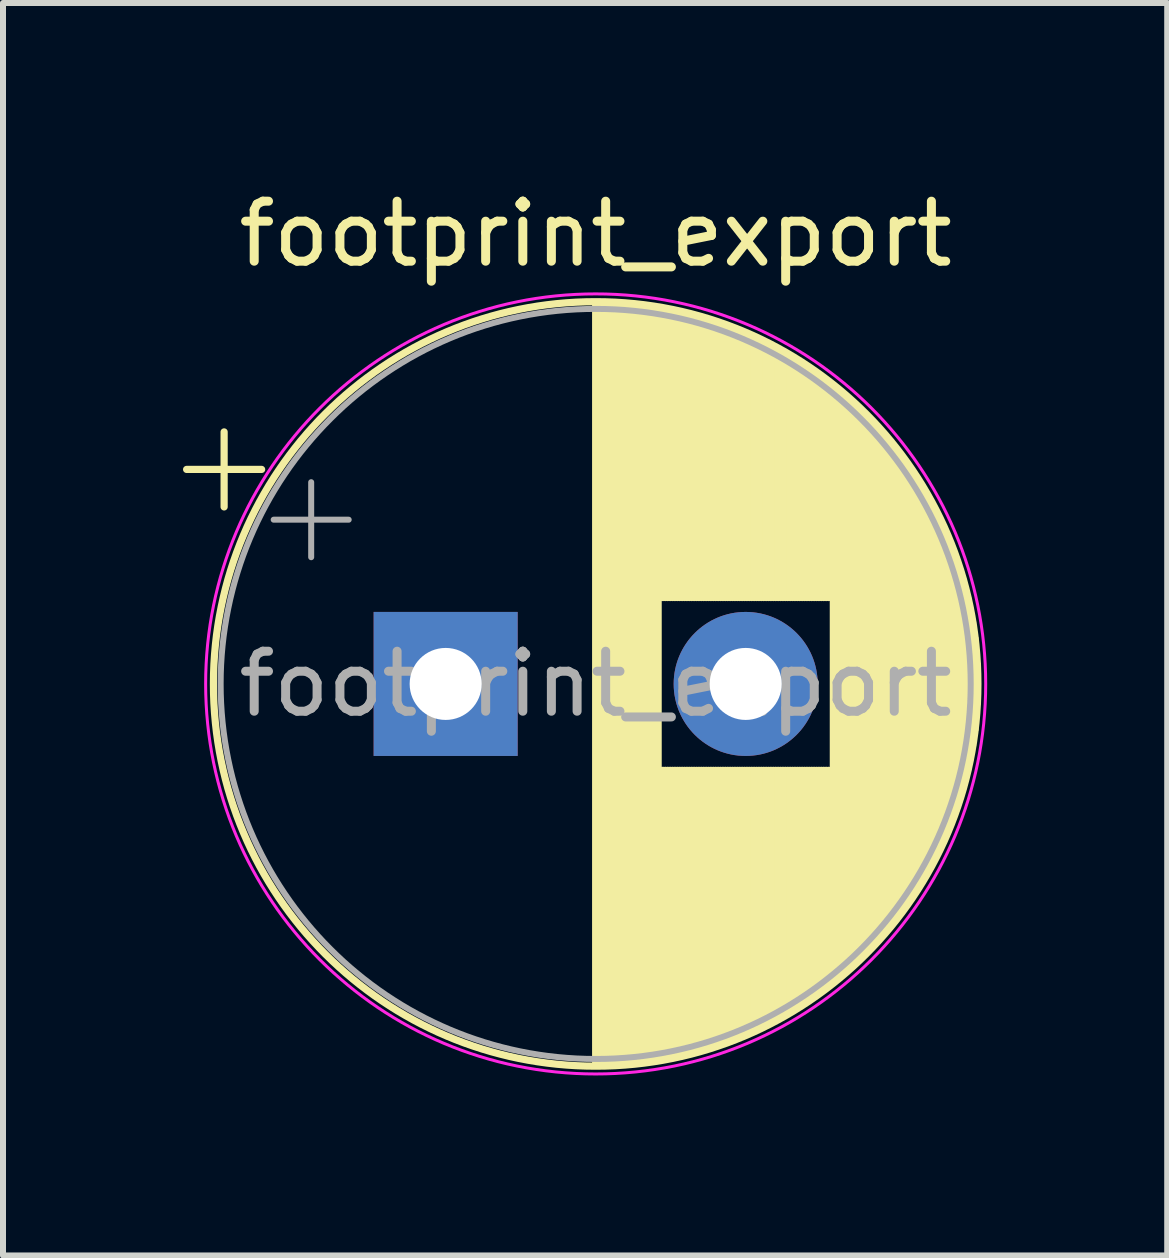
<source format=kicad_pcb>
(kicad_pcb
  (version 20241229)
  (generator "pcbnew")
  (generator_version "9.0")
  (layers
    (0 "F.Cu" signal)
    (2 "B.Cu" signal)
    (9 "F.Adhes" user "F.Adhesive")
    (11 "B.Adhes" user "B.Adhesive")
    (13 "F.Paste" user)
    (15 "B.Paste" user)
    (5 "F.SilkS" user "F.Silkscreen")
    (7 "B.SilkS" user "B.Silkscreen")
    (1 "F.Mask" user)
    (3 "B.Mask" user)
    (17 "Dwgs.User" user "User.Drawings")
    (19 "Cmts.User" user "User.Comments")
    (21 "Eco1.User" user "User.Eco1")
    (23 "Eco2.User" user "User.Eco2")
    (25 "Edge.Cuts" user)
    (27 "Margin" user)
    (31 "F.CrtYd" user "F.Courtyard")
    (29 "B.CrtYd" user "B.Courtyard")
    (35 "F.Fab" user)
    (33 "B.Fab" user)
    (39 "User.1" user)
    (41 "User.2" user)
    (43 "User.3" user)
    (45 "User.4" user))
  (footprint "footprint_export"
    (layer "F.Cu")
    (at 4.377 8.348)
    (property "Reference" "footprint_export" (at 2.5 -7.5 0) (layer "F.SilkS") (effects (font (size 1 1) (thickness 0.15))))
    (attr through_hole)
    (fp_line (start -4.317 -3.575) (end -3.067 -3.575) (stroke (width 0.12) (type solid)) (layer "F.SilkS"))
    (fp_line (start -3.692 -4.2) (end -3.692 -2.95) (stroke (width 0.12) (type solid)) (layer "F.SilkS"))
    (fp_line (start 2.5 -6.33) (end 2.5 6.33) (stroke (width 0.12) (type solid)) (layer "F.SilkS"))
    (fp_line (start 2.54 -6.33) (end 2.54 6.33) (stroke (width 0.12) (type solid)) (layer "F.SilkS"))
    (fp_line (start 2.58 -6.33) (end 2.58 6.33) (stroke (width 0.12) (type solid)) (layer "F.SilkS"))
    (fp_line (start 2.62 -6.329) (end 2.62 6.329) (stroke (width 0.12) (type solid)) (layer "F.SilkS"))
    (fp_line (start 2.66 -6.328) (end 2.66 6.328) (stroke (width 0.12) (type solid)) (layer "F.SilkS"))
    (fp_line (start 2.7 -6.327) (end 2.7 6.327) (stroke (width 0.12) (type solid)) (layer "F.SilkS"))
    (fp_line (start 2.74 -6.326) (end 2.74 6.326) (stroke (width 0.12) (type solid)) (layer "F.SilkS"))
    (fp_line (start 2.78 -6.324) (end 2.78 6.324) (stroke (width 0.12) (type solid)) (layer "F.SilkS"))
    (fp_line (start 2.82 -6.322) (end 2.82 6.322) (stroke (width 0.12) (type solid)) (layer "F.SilkS"))
    (fp_line (start 2.86 -6.32) (end 2.86 6.32) (stroke (width 0.12) (type solid)) (layer "F.SilkS"))
    (fp_line (start 2.9 -6.318) (end 2.9 6.318) (stroke (width 0.12) (type solid)) (layer "F.SilkS"))
    (fp_line (start 2.94 -6.315) (end 2.94 6.315) (stroke (width 0.12) (type solid)) (layer "F.SilkS"))
    (fp_line (start 2.98 -6.312) (end 2.98 6.312) (stroke (width 0.12) (type solid)) (layer "F.SilkS"))
    (fp_line (start 3.02 -6.309) (end 3.02 6.309) (stroke (width 0.12) (type solid)) (layer "F.SilkS"))
    (fp_line (start 3.06 -6.306) (end 3.06 6.306) (stroke (width 0.12) (type solid)) (layer "F.SilkS"))
    (fp_line (start 3.1 -6.302) (end 3.1 6.302) (stroke (width 0.12) (type solid)) (layer "F.SilkS"))
    (fp_line (start 3.14 -6.298) (end 3.14 6.298) (stroke (width 0.12) (type solid)) (layer "F.SilkS"))
    (fp_line (start 3.18 -6.294) (end 3.18 6.294) (stroke (width 0.12) (type solid)) (layer "F.SilkS"))
    (fp_line (start 3.221 -6.29) (end 3.221 6.29) (stroke (width 0.12) (type solid)) (layer "F.SilkS"))
    (fp_line (start 3.261 -6.285) (end 3.261 6.285) (stroke (width 0.12) (type solid)) (layer "F.SilkS"))
    (fp_line (start 3.301 -6.28) (end 3.301 6.28) (stroke (width 0.12) (type solid)) (layer "F.SilkS"))
    (fp_line (start 3.341 -6.275) (end 3.341 6.275) (stroke (width 0.12) (type solid)) (layer "F.SilkS"))
    (fp_line (start 3.381 -6.269) (end 3.381 6.269) (stroke (width 0.12) (type solid)) (layer "F.SilkS"))
    (fp_line (start 3.421 -6.264) (end 3.421 6.264) (stroke (width 0.12) (type solid)) (layer "F.SilkS"))
    (fp_line (start 3.461 -6.258) (end 3.461 6.258) (stroke (width 0.12) (type solid)) (layer "F.SilkS"))
    (fp_line (start 3.501 -6.252) (end 3.501 6.252) (stroke (width 0.12) (type solid)) (layer "F.SilkS"))
    (fp_line (start 3.541 -6.245) (end 3.541 6.245) (stroke (width 0.12) (type solid)) (layer "F.SilkS"))
    (fp_line (start 3.581 -6.238) (end 3.581 -1.44) (stroke (width 0.12) (type solid)) (layer "F.SilkS"))
    (fp_line (start 3.581 1.44) (end 3.581 6.238) (stroke (width 0.12) (type solid)) (layer "F.SilkS"))
    (fp_line (start 3.621 -6.231) (end 3.621 -1.44) (stroke (width 0.12) (type solid)) (layer "F.SilkS"))
    (fp_line (start 3.621 1.44) (end 3.621 6.231) (stroke (width 0.12) (type solid)) (layer "F.SilkS"))
    (fp_line (start 3.661 -6.224) (end 3.661 -1.44) (stroke (width 0.12) (type solid)) (layer "F.SilkS"))
    (fp_line (start 3.661 1.44) (end 3.661 6.224) (stroke (width 0.12) (type solid)) (layer "F.SilkS"))
    (fp_line (start 3.701 -6.216) (end 3.701 -1.44) (stroke (width 0.12) (type solid)) (layer "F.SilkS"))
    (fp_line (start 3.701 1.44) (end 3.701 6.216) (stroke (width 0.12) (type solid)) (layer "F.SilkS"))
    (fp_line (start 3.741 -6.209) (end 3.741 -1.44) (stroke (width 0.12) (type solid)) (layer "F.SilkS"))
    (fp_line (start 3.741 1.44) (end 3.741 6.209) (stroke (width 0.12) (type solid)) (layer "F.SilkS"))
    (fp_line (start 3.781 -6.201) (end 3.781 -1.44) (stroke (width 0.12) (type solid)) (layer "F.SilkS"))
    (fp_line (start 3.781 1.44) (end 3.781 6.201) (stroke (width 0.12) (type solid)) (layer "F.SilkS"))
    (fp_line (start 3.821 -6.192) (end 3.821 -1.44) (stroke (width 0.12) (type solid)) (layer "F.SilkS"))
    (fp_line (start 3.821 1.44) (end 3.821 6.192) (stroke (width 0.12) (type solid)) (layer "F.SilkS"))
    (fp_line (start 3.861 -6.184) (end 3.861 -1.44) (stroke (width 0.12) (type solid)) (layer "F.SilkS"))
    (fp_line (start 3.861 1.44) (end 3.861 6.184) (stroke (width 0.12) (type solid)) (layer "F.SilkS"))
    (fp_line (start 3.901 -6.175) (end 3.901 -1.44) (stroke (width 0.12) (type solid)) (layer "F.SilkS"))
    (fp_line (start 3.901 1.44) (end 3.901 6.175) (stroke (width 0.12) (type solid)) (layer "F.SilkS"))
    (fp_line (start 3.941 -6.166) (end 3.941 -1.44) (stroke (width 0.12) (type solid)) (layer "F.SilkS"))
    (fp_line (start 3.941 1.44) (end 3.941 6.166) (stroke (width 0.12) (type solid)) (layer "F.SilkS"))
    (fp_line (start 3.981 -6.156) (end 3.981 -1.44) (stroke (width 0.12) (type solid)) (layer "F.SilkS"))
    (fp_line (start 3.981 1.44) (end 3.981 6.156) (stroke (width 0.12) (type solid)) (layer "F.SilkS"))
    (fp_line (start 4.021 -6.146) (end 4.021 -1.44) (stroke (width 0.12) (type solid)) (layer "F.SilkS"))
    (fp_line (start 4.021 1.44) (end 4.021 6.146) (stroke (width 0.12) (type solid)) (layer "F.SilkS"))
    (fp_line (start 4.061 -6.137) (end 4.061 -1.44) (stroke (width 0.12) (type solid)) (layer "F.SilkS"))
    (fp_line (start 4.061 1.44) (end 4.061 6.137) (stroke (width 0.12) (type solid)) (layer "F.SilkS"))
    (fp_line (start 4.101 -6.126) (end 4.101 -1.44) (stroke (width 0.12) (type solid)) (layer "F.SilkS"))
    (fp_line (start 4.101 1.44) (end 4.101 6.126) (stroke (width 0.12) (type solid)) (layer "F.SilkS"))
    (fp_line (start 4.141 -6.116) (end 4.141 -1.44) (stroke (width 0.12) (type solid)) (layer "F.SilkS"))
    (fp_line (start 4.141 1.44) (end 4.141 6.116) (stroke (width 0.12) (type solid)) (layer "F.SilkS"))
    (fp_line (start 4.181 -6.105) (end 4.181 -1.44) (stroke (width 0.12) (type solid)) (layer "F.SilkS"))
    (fp_line (start 4.181 1.44) (end 4.181 6.105) (stroke (width 0.12) (type solid)) (layer "F.SilkS"))
    (fp_line (start 4.221 -6.094) (end 4.221 -1.44) (stroke (width 0.12) (type solid)) (layer "F.SilkS"))
    (fp_line (start 4.221 1.44) (end 4.221 6.094) (stroke (width 0.12) (type solid)) (layer "F.SilkS"))
    (fp_line (start 4.261 -6.083) (end 4.261 -1.44) (stroke (width 0.12) (type solid)) (layer "F.SilkS"))
    (fp_line (start 4.261 1.44) (end 4.261 6.083) (stroke (width 0.12) (type solid)) (layer "F.SilkS"))
    (fp_line (start 4.301 -6.071) (end 4.301 -1.44) (stroke (width 0.12) (type solid)) (layer "F.SilkS"))
    (fp_line (start 4.301 1.44) (end 4.301 6.071) (stroke (width 0.12) (type solid)) (layer "F.SilkS"))
    (fp_line (start 4.341 -6.059) (end 4.341 -1.44) (stroke (width 0.12) (type solid)) (layer "F.SilkS"))
    (fp_line (start 4.341 1.44) (end 4.341 6.059) (stroke (width 0.12) (type solid)) (layer "F.SilkS"))
    (fp_line (start 4.381 -6.047) (end 4.381 -1.44) (stroke (width 0.12) (type solid)) (layer "F.SilkS"))
    (fp_line (start 4.381 1.44) (end 4.381 6.047) (stroke (width 0.12) (type solid)) (layer "F.SilkS"))
    (fp_line (start 4.421 -6.034) (end 4.421 -1.44) (stroke (width 0.12) (type solid)) (layer "F.SilkS"))
    (fp_line (start 4.421 1.44) (end 4.421 6.034) (stroke (width 0.12) (type solid)) (layer "F.SilkS"))
    (fp_line (start 4.461 -6.021) (end 4.461 -1.44) (stroke (width 0.12) (type solid)) (layer "F.SilkS"))
    (fp_line (start 4.461 1.44) (end 4.461 6.021) (stroke (width 0.12) (type solid)) (layer "F.SilkS"))
    (fp_line (start 4.501 -6.008) (end 4.501 -1.44) (stroke (width 0.12) (type solid)) (layer "F.SilkS"))
    (fp_line (start 4.501 1.44) (end 4.501 6.008) (stroke (width 0.12) (type solid)) (layer "F.SilkS"))
    (fp_line (start 4.541 -5.995) (end 4.541 -1.44) (stroke (width 0.12) (type solid)) (layer "F.SilkS"))
    (fp_line (start 4.541 1.44) (end 4.541 5.995) (stroke (width 0.12) (type solid)) (layer "F.SilkS"))
    (fp_line (start 4.581 -5.981) (end 4.581 -1.44) (stroke (width 0.12) (type solid)) (layer "F.SilkS"))
    (fp_line (start 4.581 1.44) (end 4.581 5.981) (stroke (width 0.12) (type solid)) (layer "F.SilkS"))
    (fp_line (start 4.621 -5.967) (end 4.621 -1.44) (stroke (width 0.12) (type solid)) (layer "F.SilkS"))
    (fp_line (start 4.621 1.44) (end 4.621 5.967) (stroke (width 0.12) (type solid)) (layer "F.SilkS"))
    (fp_line (start 4.661 -5.953) (end 4.661 -1.44) (stroke (width 0.12) (type solid)) (layer "F.SilkS"))
    (fp_line (start 4.661 1.44) (end 4.661 5.953) (stroke (width 0.12) (type solid)) (layer "F.SilkS"))
    (fp_line (start 4.701 -5.939) (end 4.701 -1.44) (stroke (width 0.12) (type solid)) (layer "F.SilkS"))
    (fp_line (start 4.701 1.44) (end 4.701 5.939) (stroke (width 0.12) (type solid)) (layer "F.SilkS"))
    (fp_line (start 4.741 -5.924) (end 4.741 -1.44) (stroke (width 0.12) (type solid)) (layer "F.SilkS"))
    (fp_line (start 4.741 1.44) (end 4.741 5.924) (stroke (width 0.12) (type solid)) (layer "F.SilkS"))
    (fp_line (start 4.781 -5.908) (end 4.781 -1.44) (stroke (width 0.12) (type solid)) (layer "F.SilkS"))
    (fp_line (start 4.781 1.44) (end 4.781 5.908) (stroke (width 0.12) (type solid)) (layer "F.SilkS"))
    (fp_line (start 4.821 -5.893) (end 4.821 -1.44) (stroke (width 0.12) (type solid)) (layer "F.SilkS"))
    (fp_line (start 4.821 1.44) (end 4.821 5.893) (stroke (width 0.12) (type solid)) (layer "F.SilkS"))
    (fp_line (start 4.861 -5.877) (end 4.861 -1.44) (stroke (width 0.12) (type solid)) (layer "F.SilkS"))
    (fp_line (start 4.861 1.44) (end 4.861 5.877) (stroke (width 0.12) (type solid)) (layer "F.SilkS"))
    (fp_line (start 4.901 -5.861) (end 4.901 -1.44) (stroke (width 0.12) (type solid)) (layer "F.SilkS"))
    (fp_line (start 4.901 1.44) (end 4.901 5.861) (stroke (width 0.12) (type solid)) (layer "F.SilkS"))
    (fp_line (start 4.941 -5.845) (end 4.941 -1.44) (stroke (width 0.12) (type solid)) (layer "F.SilkS"))
    (fp_line (start 4.941 1.44) (end 4.941 5.845) (stroke (width 0.12) (type solid)) (layer "F.SilkS"))
    (fp_line (start 4.981 -5.828) (end 4.981 -1.44) (stroke (width 0.12) (type solid)) (layer "F.SilkS"))
    (fp_line (start 4.981 1.44) (end 4.981 5.828) (stroke (width 0.12) (type solid)) (layer "F.SilkS"))
    (fp_line (start 5.021 -5.811) (end 5.021 -1.44) (stroke (width 0.12) (type solid)) (layer "F.SilkS"))
    (fp_line (start 5.021 1.44) (end 5.021 5.811) (stroke (width 0.12) (type solid)) (layer "F.SilkS"))
    (fp_line (start 5.061 -5.793) (end 5.061 -1.44) (stroke (width 0.12) (type solid)) (layer "F.SilkS"))
    (fp_line (start 5.061 1.44) (end 5.061 5.793) (stroke (width 0.12) (type solid)) (layer "F.SilkS"))
    (fp_line (start 5.101 -5.776) (end 5.101 -1.44) (stroke (width 0.12) (type solid)) (layer "F.SilkS"))
    (fp_line (start 5.101 1.44) (end 5.101 5.776) (stroke (width 0.12) (type solid)) (layer "F.SilkS"))
    (fp_line (start 5.141 -5.758) (end 5.141 -1.44) (stroke (width 0.12) (type solid)) (layer "F.SilkS"))
    (fp_line (start 5.141 1.44) (end 5.141 5.758) (stroke (width 0.12) (type solid)) (layer "F.SilkS"))
    (fp_line (start 5.181 -5.739) (end 5.181 -1.44) (stroke (width 0.12) (type solid)) (layer "F.SilkS"))
    (fp_line (start 5.181 1.44) (end 5.181 5.739) (stroke (width 0.12) (type solid)) (layer "F.SilkS"))
    (fp_line (start 5.221 -5.721) (end 5.221 -1.44) (stroke (width 0.12) (type solid)) (layer "F.SilkS"))
    (fp_line (start 5.221 1.44) (end 5.221 5.721) (stroke (width 0.12) (type solid)) (layer "F.SilkS"))
    (fp_line (start 5.261 -5.702) (end 5.261 -1.44) (stroke (width 0.12) (type solid)) (layer "F.SilkS"))
    (fp_line (start 5.261 1.44) (end 5.261 5.702) (stroke (width 0.12) (type solid)) (layer "F.SilkS"))
    (fp_line (start 5.301 -5.682) (end 5.301 -1.44) (stroke (width 0.12) (type solid)) (layer "F.SilkS"))
    (fp_line (start 5.301 1.44) (end 5.301 5.682) (stroke (width 0.12) (type solid)) (layer "F.SilkS"))
    (fp_line (start 5.341 -5.662) (end 5.341 -1.44) (stroke (width 0.12) (type solid)) (layer "F.SilkS"))
    (fp_line (start 5.341 1.44) (end 5.341 5.662) (stroke (width 0.12) (type solid)) (layer "F.SilkS"))
    (fp_line (start 5.381 -5.642) (end 5.381 -1.44) (stroke (width 0.12) (type solid)) (layer "F.SilkS"))
    (fp_line (start 5.381 1.44) (end 5.381 5.642) (stroke (width 0.12) (type solid)) (layer "F.SilkS"))
    (fp_line (start 5.421 -5.622) (end 5.421 -1.44) (stroke (width 0.12) (type solid)) (layer "F.SilkS"))
    (fp_line (start 5.421 1.44) (end 5.421 5.622) (stroke (width 0.12) (type solid)) (layer "F.SilkS"))
    (fp_line (start 5.461 -5.601) (end 5.461 -1.44) (stroke (width 0.12) (type solid)) (layer "F.SilkS"))
    (fp_line (start 5.461 1.44) (end 5.461 5.601) (stroke (width 0.12) (type solid)) (layer "F.SilkS"))
    (fp_line (start 5.501 -5.58) (end 5.501 -1.44) (stroke (width 0.12) (type solid)) (layer "F.SilkS"))
    (fp_line (start 5.501 1.44) (end 5.501 5.58) (stroke (width 0.12) (type solid)) (layer "F.SilkS"))
    (fp_line (start 5.541 -5.558) (end 5.541 -1.44) (stroke (width 0.12) (type solid)) (layer "F.SilkS"))
    (fp_line (start 5.541 1.44) (end 5.541 5.558) (stroke (width 0.12) (type solid)) (layer "F.SilkS"))
    (fp_line (start 5.581 -5.536) (end 5.581 -1.44) (stroke (width 0.12) (type solid)) (layer "F.SilkS"))
    (fp_line (start 5.581 1.44) (end 5.581 5.536) (stroke (width 0.12) (type solid)) (layer "F.SilkS"))
    (fp_line (start 5.621 -5.514) (end 5.621 -1.44) (stroke (width 0.12) (type solid)) (layer "F.SilkS"))
    (fp_line (start 5.621 1.44) (end 5.621 5.514) (stroke (width 0.12) (type solid)) (layer "F.SilkS"))
    (fp_line (start 5.661 -5.491) (end 5.661 -1.44) (stroke (width 0.12) (type solid)) (layer "F.SilkS"))
    (fp_line (start 5.661 1.44) (end 5.661 5.491) (stroke (width 0.12) (type solid)) (layer "F.SilkS"))
    (fp_line (start 5.701 -5.468) (end 5.701 -1.44) (stroke (width 0.12) (type solid)) (layer "F.SilkS"))
    (fp_line (start 5.701 1.44) (end 5.701 5.468) (stroke (width 0.12) (type solid)) (layer "F.SilkS"))
    (fp_line (start 5.741 -5.445) (end 5.741 -1.44) (stroke (width 0.12) (type solid)) (layer "F.SilkS"))
    (fp_line (start 5.741 1.44) (end 5.741 5.445) (stroke (width 0.12) (type solid)) (layer "F.SilkS"))
    (fp_line (start 5.781 -5.421) (end 5.781 -1.44) (stroke (width 0.12) (type solid)) (layer "F.SilkS"))
    (fp_line (start 5.781 1.44) (end 5.781 5.421) (stroke (width 0.12) (type solid)) (layer "F.SilkS"))
    (fp_line (start 5.821 -5.397) (end 5.821 -1.44) (stroke (width 0.12) (type solid)) (layer "F.SilkS"))
    (fp_line (start 5.821 1.44) (end 5.821 5.397) (stroke (width 0.12) (type solid)) (layer "F.SilkS"))
    (fp_line (start 5.861 -5.372) (end 5.861 -1.44) (stroke (width 0.12) (type solid)) (layer "F.SilkS"))
    (fp_line (start 5.861 1.44) (end 5.861 5.372) (stroke (width 0.12) (type solid)) (layer "F.SilkS"))
    (fp_line (start 5.901 -5.347) (end 5.901 -1.44) (stroke (width 0.12) (type solid)) (layer "F.SilkS"))
    (fp_line (start 5.901 1.44) (end 5.901 5.347) (stroke (width 0.12) (type solid)) (layer "F.SilkS"))
    (fp_line (start 5.941 -5.322) (end 5.941 -1.44) (stroke (width 0.12) (type solid)) (layer "F.SilkS"))
    (fp_line (start 5.941 1.44) (end 5.941 5.322) (stroke (width 0.12) (type solid)) (layer "F.SilkS"))
    (fp_line (start 5.981 -5.296) (end 5.981 -1.44) (stroke (width 0.12) (type solid)) (layer "F.SilkS"))
    (fp_line (start 5.981 1.44) (end 5.981 5.296) (stroke (width 0.12) (type solid)) (layer "F.SilkS"))
    (fp_line (start 6.021 -5.27) (end 6.021 -1.44) (stroke (width 0.12) (type solid)) (layer "F.SilkS"))
    (fp_line (start 6.021 1.44) (end 6.021 5.27) (stroke (width 0.12) (type solid)) (layer "F.SilkS"))
    (fp_line (start 6.061 -5.243) (end 6.061 -1.44) (stroke (width 0.12) (type solid)) (layer "F.SilkS"))
    (fp_line (start 6.061 1.44) (end 6.061 5.243) (stroke (width 0.12) (type solid)) (layer "F.SilkS"))
    (fp_line (start 6.101 -5.216) (end 6.101 -1.44) (stroke (width 0.12) (type solid)) (layer "F.SilkS"))
    (fp_line (start 6.101 1.44) (end 6.101 5.216) (stroke (width 0.12) (type solid)) (layer "F.SilkS"))
    (fp_line (start 6.141 -5.188) (end 6.141 -1.44) (stroke (width 0.12) (type solid)) (layer "F.SilkS"))
    (fp_line (start 6.141 1.44) (end 6.141 5.188) (stroke (width 0.12) (type solid)) (layer "F.SilkS"))
    (fp_line (start 6.181 -5.16) (end 6.181 -1.44) (stroke (width 0.12) (type solid)) (layer "F.SilkS"))
    (fp_line (start 6.181 1.44) (end 6.181 5.16) (stroke (width 0.12) (type solid)) (layer "F.SilkS"))
    (fp_line (start 6.221 -5.131) (end 6.221 -1.44) (stroke (width 0.12) (type solid)) (layer "F.SilkS"))
    (fp_line (start 6.221 1.44) (end 6.221 5.131) (stroke (width 0.12) (type solid)) (layer "F.SilkS"))
    (fp_line (start 6.261 -5.102) (end 6.261 -1.44) (stroke (width 0.12) (type solid)) (layer "F.SilkS"))
    (fp_line (start 6.261 1.44) (end 6.261 5.102) (stroke (width 0.12) (type solid)) (layer "F.SilkS"))
    (fp_line (start 6.301 -5.073) (end 6.301 -1.44) (stroke (width 0.12) (type solid)) (layer "F.SilkS"))
    (fp_line (start 6.301 1.44) (end 6.301 5.073) (stroke (width 0.12) (type solid)) (layer "F.SilkS"))
    (fp_line (start 6.341 -5.043) (end 6.341 -1.44) (stroke (width 0.12) (type solid)) (layer "F.SilkS"))
    (fp_line (start 6.341 1.44) (end 6.341 5.043) (stroke (width 0.12) (type solid)) (layer "F.SilkS"))
    (fp_line (start 6.381 -5.012) (end 6.381 -1.44) (stroke (width 0.12) (type solid)) (layer "F.SilkS"))
    (fp_line (start 6.381 1.44) (end 6.381 5.012) (stroke (width 0.12) (type solid)) (layer "F.SilkS"))
    (fp_line (start 6.421 -4.982) (end 6.421 -1.44) (stroke (width 0.12) (type solid)) (layer "F.SilkS"))
    (fp_line (start 6.421 1.44) (end 6.421 4.982) (stroke (width 0.12) (type solid)) (layer "F.SilkS"))
    (fp_line (start 6.461 -4.95) (end 6.461 4.95) (stroke (width 0.12) (type solid)) (layer "F.SilkS"))
    (fp_line (start 6.501 -4.918) (end 6.501 4.918) (stroke (width 0.12) (type solid)) (layer "F.SilkS"))
    (fp_line (start 6.541 -4.885) (end 6.541 4.885) (stroke (width 0.12) (type solid)) (layer "F.SilkS"))
    (fp_line (start 6.581 -4.852) (end 6.581 4.852) (stroke (width 0.12) (type solid)) (layer "F.SilkS"))
    (fp_line (start 6.621 -4.819) (end 6.621 4.819) (stroke (width 0.12) (type solid)) (layer "F.SilkS"))
    (fp_line (start 6.661 -4.785) (end 6.661 4.785) (stroke (width 0.12) (type solid)) (layer "F.SilkS"))
    (fp_line (start 6.701 -4.75) (end 6.701 4.75) (stroke (width 0.12) (type solid)) (layer "F.SilkS"))
    (fp_line (start 6.741 -4.714) (end 6.741 4.714) (stroke (width 0.12) (type solid)) (layer "F.SilkS"))
    (fp_line (start 6.781 -4.678) (end 6.781 4.678) (stroke (width 0.12) (type solid)) (layer "F.SilkS"))
    (fp_line (start 6.821 -4.642) (end 6.821 4.642) (stroke (width 0.12) (type solid)) (layer "F.SilkS"))
    (fp_line (start 6.861 -4.605) (end 6.861 4.605) (stroke (width 0.12) (type solid)) (layer "F.SilkS"))
    (fp_line (start 6.901 -4.567) (end 6.901 4.567) (stroke (width 0.12) (type solid)) (layer "F.SilkS"))
    (fp_line (start 6.941 -4.528) (end 6.941 4.528) (stroke (width 0.12) (type solid)) (layer "F.SilkS"))
    (fp_line (start 6.981 -4.489) (end 6.981 4.489) (stroke (width 0.12) (type solid)) (layer "F.SilkS"))
    (fp_line (start 7.021 -4.449) (end 7.021 4.449) (stroke (width 0.12) (type solid)) (layer "F.SilkS"))
    (fp_line (start 7.061 -4.408) (end 7.061 4.408) (stroke (width 0.12) (type solid)) (layer "F.SilkS"))
    (fp_line (start 7.101 -4.367) (end 7.101 4.367) (stroke (width 0.12) (type solid)) (layer "F.SilkS"))
    (fp_line (start 7.141 -4.325) (end 7.141 4.325) (stroke (width 0.12) (type solid)) (layer "F.SilkS"))
    (fp_line (start 7.181 -4.282) (end 7.181 4.282) (stroke (width 0.12) (type solid)) (layer "F.SilkS"))
    (fp_line (start 7.221 -4.238) (end 7.221 4.238) (stroke (width 0.12) (type solid)) (layer "F.SilkS"))
    (fp_line (start 7.261 -4.194) (end 7.261 4.194) (stroke (width 0.12) (type solid)) (layer "F.SilkS"))
    (fp_line (start 7.301 -4.148) (end 7.301 4.148) (stroke (width 0.12) (type solid)) (layer "F.SilkS"))
    (fp_line (start 7.341 -4.102) (end 7.341 4.102) (stroke (width 0.12) (type solid)) (layer "F.SilkS"))
    (fp_line (start 7.381 -4.055) (end 7.381 4.055) (stroke (width 0.12) (type solid)) (layer "F.SilkS"))
    (fp_line (start 7.421 -4.007) (end 7.421 4.007) (stroke (width 0.12) (type solid)) (layer "F.SilkS"))
    (fp_line (start 7.461 -3.957) (end 7.461 3.957) (stroke (width 0.12) (type solid)) (layer "F.SilkS"))
    (fp_line (start 7.501 -3.907) (end 7.501 3.907) (stroke (width 0.12) (type solid)) (layer "F.SilkS"))
    (fp_line (start 7.541 -3.856) (end 7.541 3.856) (stroke (width 0.12) (type solid)) (layer "F.SilkS"))
    (fp_line (start 7.581 -3.804) (end 7.581 3.804) (stroke (width 0.12) (type solid)) (layer "F.SilkS"))
    (fp_line (start 7.621 -3.75) (end 7.621 3.75) (stroke (width 0.12) (type solid)) (layer "F.SilkS"))
    (fp_line (start 7.661 -3.696) (end 7.661 3.696) (stroke (width 0.12) (type solid)) (layer "F.SilkS"))
    (fp_line (start 7.701 -3.64) (end 7.701 3.64) (stroke (width 0.12) (type solid)) (layer "F.SilkS"))
    (fp_line (start 7.741 -3.583) (end 7.741 3.583) (stroke (width 0.12) (type solid)) (layer "F.SilkS"))
    (fp_line (start 7.781 -3.524) (end 7.781 3.524) (stroke (width 0.12) (type solid)) (layer "F.SilkS"))
    (fp_line (start 7.821 -3.464) (end 7.821 3.464) (stroke (width 0.12) (type solid)) (layer "F.SilkS"))
    (fp_line (start 7.861 -3.402) (end 7.861 3.402) (stroke (width 0.12) (type solid)) (layer "F.SilkS"))
    (fp_line (start 7.901 -3.339) (end 7.901 3.339) (stroke (width 0.12) (type solid)) (layer "F.SilkS"))
    (fp_line (start 7.941 -3.275) (end 7.941 3.275) (stroke (width 0.12) (type solid)) (layer "F.SilkS"))
    (fp_line (start 7.981 -3.208) (end 7.981 3.208) (stroke (width 0.12) (type solid)) (layer "F.SilkS"))
    (fp_line (start 8.021 -3.14) (end 8.021 3.14) (stroke (width 0.12) (type solid)) (layer "F.SilkS"))
    (fp_line (start 8.061 -3.069) (end 8.061 3.069) (stroke (width 0.12) (type solid)) (layer "F.SilkS"))
    (fp_line (start 8.101 -2.996) (end 8.101 2.996) (stroke (width 0.12) (type solid)) (layer "F.SilkS"))
    (fp_line (start 8.141 -2.921) (end 8.141 2.921) (stroke (width 0.12) (type solid)) (layer "F.SilkS"))
    (fp_line (start 8.181 -2.844) (end 8.181 2.844) (stroke (width 0.12) (type solid)) (layer "F.SilkS"))
    (fp_line (start 8.221 -2.764) (end 8.221 2.764) (stroke (width 0.12) (type solid)) (layer "F.SilkS"))
    (fp_line (start 8.261 -2.681) (end 8.261 2.681) (stroke (width 0.12) (type solid)) (layer "F.SilkS"))
    (fp_line (start 8.301 -2.594) (end 8.301 2.594) (stroke (width 0.12) (type solid)) (layer "F.SilkS"))
    (fp_line (start 8.341 -2.504) (end 8.341 2.504) (stroke (width 0.12) (type solid)) (layer "F.SilkS"))
    (fp_line (start 8.381 -2.41) (end 8.381 2.41) (stroke (width 0.12) (type solid)) (layer "F.SilkS"))
    (fp_line (start 8.421 -2.312) (end 8.421 2.312) (stroke (width 0.12) (type solid)) (layer "F.SilkS"))
    (fp_line (start 8.461 -2.209) (end 8.461 2.209) (stroke (width 0.12) (type solid)) (layer "F.SilkS"))
    (fp_line (start 8.501 -2.1) (end 8.501 2.1) (stroke (width 0.12) (type solid)) (layer "F.SilkS"))
    (fp_line (start 8.541 -1.984) (end 8.541 1.984) (stroke (width 0.12) (type solid)) (layer "F.SilkS"))
    (fp_line (start 8.581 -1.861) (end 8.581 1.861) (stroke (width 0.12) (type solid)) (layer "F.SilkS"))
    (fp_line (start 8.621 -1.728) (end 8.621 1.728) (stroke (width 0.12) (type solid)) (layer "F.SilkS"))
    (fp_line (start 8.661 -1.583) (end 8.661 1.583) (stroke (width 0.12) (type solid)) (layer "F.SilkS"))
    (fp_line (start 8.701 -1.422) (end 8.701 1.422) (stroke (width 0.12) (type solid)) (layer "F.SilkS"))
    (fp_line (start 8.741 -1.241) (end 8.741 1.241) (stroke (width 0.12) (type solid)) (layer "F.SilkS"))
    (fp_line (start 8.781 -1.028) (end 8.781 1.028) (stroke (width 0.12) (type solid)) (layer "F.SilkS"))
    (fp_line (start 8.821 -0.757) (end 8.821 0.757) (stroke (width 0.12) (type solid)) (layer "F.SilkS"))
    (fp_line (start 8.861 -0.317) (end 8.861 0.317) (stroke (width 0.12) (type solid)) (layer "F.SilkS"))
    (fp_circle (center 2.5 0) (end 8.87 0) (stroke (width 0.12) (type solid)) (fill no) (layer "F.SilkS"))
    (fp_circle (center 2.5 0) (end 9 0) (stroke (width 0.05) (type solid)) (fill no) (layer "F.CrtYd"))
    (fp_line (start -2.866 -2.737) (end -1.616 -2.737) (stroke (width 0.1) (type solid)) (layer "F.Fab"))
    (fp_line (start -2.241 -3.362) (end -2.241 -2.112) (stroke (width 0.1) (type solid)) (layer "F.Fab"))
    (fp_circle (center 2.5 0) (end 8.75 0) (stroke (width 0.1) (type solid)) (fill no) (layer "F.Fab"))
    (fp_text user "${REFERENCE}" (at 2.5 0 0) (layer "F.Fab") (effects (font (size 1 1) (thickness 0.15))))
    (pad "1" thru_hole rect (at 0 0) (size 2.4 2.4) (drill 1.2) (layers "*.Cu" "*.Mask"))
    (pad "2" thru_hole circle (at 5 0) (size 2.4 2.4) (drill 1.2) (layers "*.Cu" "*.Mask")))
  (gr_rect
    (start -3 -3)
    (end 16.402 17.873)
    (stroke (width 0.1) (type default))
    (fill no)
    (layer "Edge.Cuts")))
</source>
